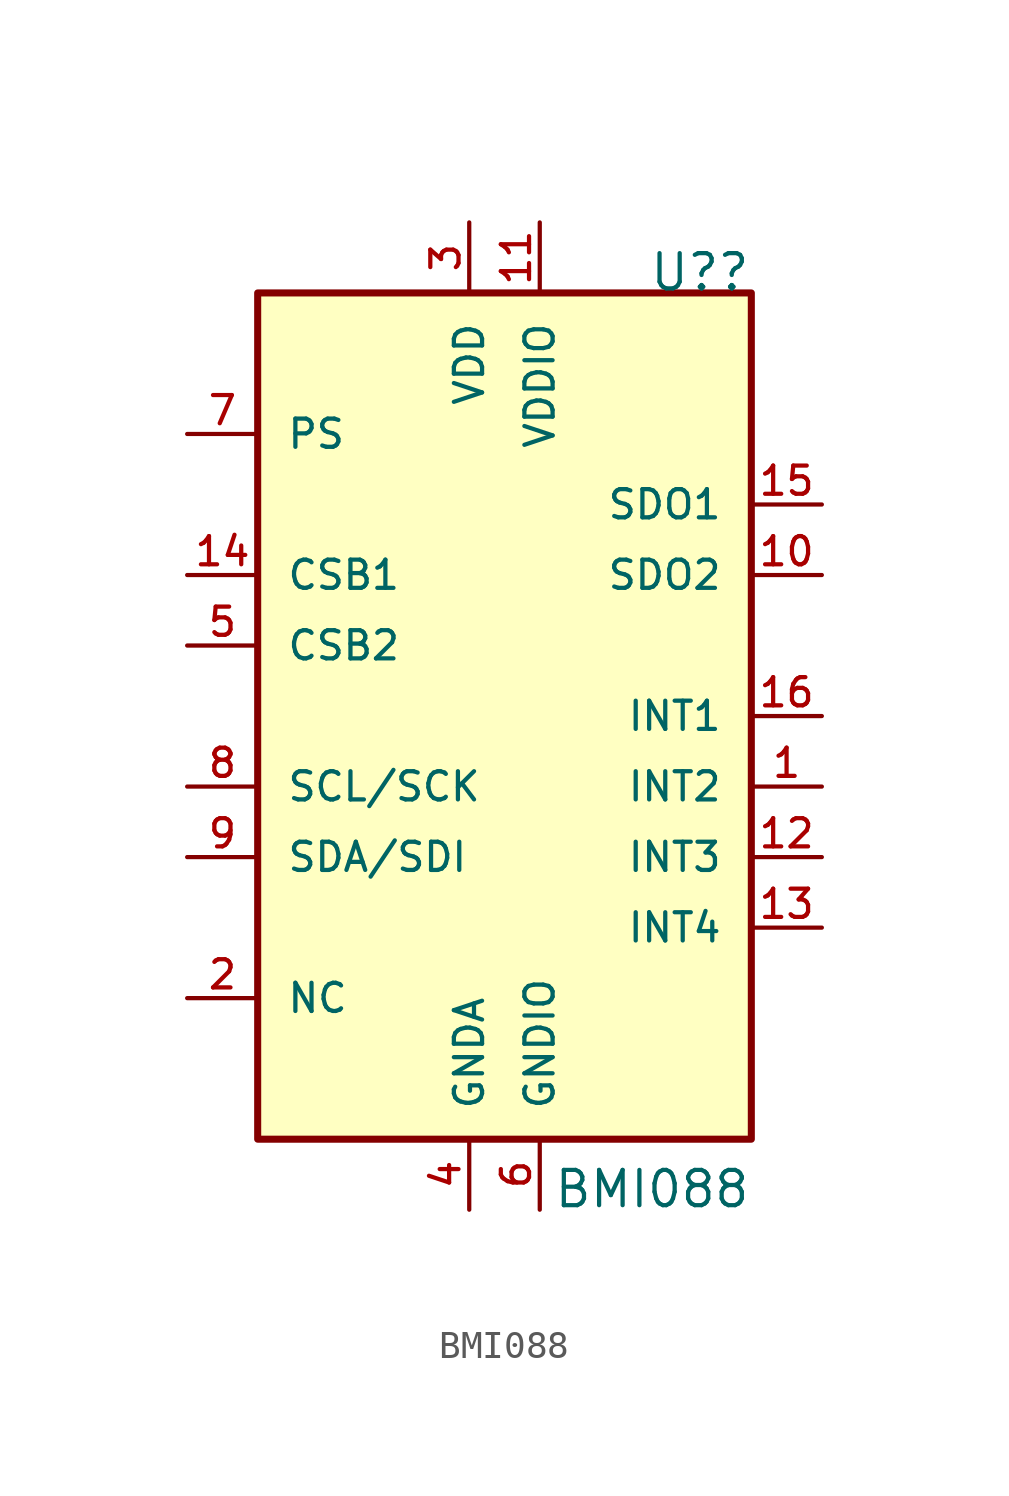
<source format=kicad_sym>
(kicad_symbol_lib
  (version 20231120)
  (generator "kicad_symbol_editor")
  (generator_version "8.0")
  (symbol "BMI088"
    (pin_names
      (offset 1.016))
    (property "Reference" "U?"
      (at 5.08 15.24 0)
      (effects (font (size 1.27 1.27)) (justify right bottom)))
    (property "Value" "BMI088"
      (at 5.08 -17.78 0)
      (effects (font (size 1.27 1.27)) (justify right bottom)))
    (symbol "BMI088_0_0"
      (rectangle (start -12.7 15.24) (end 5.08 -15.24) (stroke (width 0.254) (type default)) (fill (type background))))
    (symbol "BMI088_1_0"
      (pin bidirectional line (at 7.62 -2.54 180) (length 2.54) (name "INT2" (effects (font (size 1.016 1.016)))) (number "1" (effects (font (size 1.016 1.016)))))
      (pin output line (at 7.62 5.08 180) (length 2.54) (name "SDO2" (effects (font (size 1.016 1.016)))) (number "10" (effects (font (size 1.016 1.016)))))
      (pin power_in line (at -2.54 17.78 270) (length 2.54) (name "VDDIO" (effects (font (size 1.016 1.016)))) (number "11" (effects (font (size 1.016 1.016)))))
      (pin bidirectional line (at 7.62 -5.08 180) (length 2.54) (name "INT3" (effects (font (size 1.016 1.016)))) (number "12" (effects (font (size 1.016 1.016)))))
      (pin bidirectional line (at 7.62 -7.62 180) (length 2.54) (name "INT4" (effects (font (size 1.016 1.016)))) (number "13" (effects (font (size 1.016 1.016)))))
      (pin input line (at -15.24 5.08 0) (length 2.54) (name "CSB1" (effects (font (size 1.016 1.016)))) (number "14" (effects (font (size 1.016 1.016)))))
      (pin output line (at 7.62 7.62 180) (length 2.54) (name "SDO1" (effects (font (size 1.016 1.016)))) (number "15" (effects (font (size 1.016 1.016)))))
      (pin bidirectional line (at 7.62 0 180) (length 2.54) (name "INT1" (effects (font (size 1.016 1.016)))) (number "16" (effects (font (size 1.016 1.016)))))
      (pin passive line (at -15.24 -10.16 0) (length 2.54) (name "NC" (effects (font (size 1.016 1.016)))) (number "2" (effects (font (size 1.016 1.016)))))
      (pin power_in line (at -5.08 17.78 270) (length 2.54) (name "VDD" (effects (font (size 1.016 1.016)))) (number "3" (effects (font (size 1.016 1.016)))))
      (pin power_in line (at -5.08 -17.78 90) (length 2.54) (name "GNDA" (effects (font (size 1.016 1.016)))) (number "4" (effects (font (size 1.016 1.016)))))
      (pin input line (at -15.24 2.54 0) (length 2.54) (name "CSB2" (effects (font (size 1.016 1.016)))) (number "5" (effects (font (size 1.016 1.016)))))
      (pin power_in line (at -2.54 -17.78 90) (length 2.54) (name "GNDIO" (effects (font (size 1.016 1.016)))) (number "6" (effects (font (size 1.016 1.016)))))
      (pin input line (at -15.24 10.16 0) (length 2.54) (name "PS" (effects (font (size 1.016 1.016)))) (number "7" (effects (font (size 1.016 1.016)))))
      (pin input line (at -15.24 -2.54 0) (length 2.54) (name "SCL/SCK" (effects (font (size 1.016 1.016)))) (number "8" (effects (font (size 1.016 1.016)))))
      (pin bidirectional line (at -15.24 -5.08 0) (length 2.54) (name "SDA/SDI" (effects (font (size 1.016 1.016)))) (number "9" (effects (font (size 1.016 1.016))))))))
</source>
